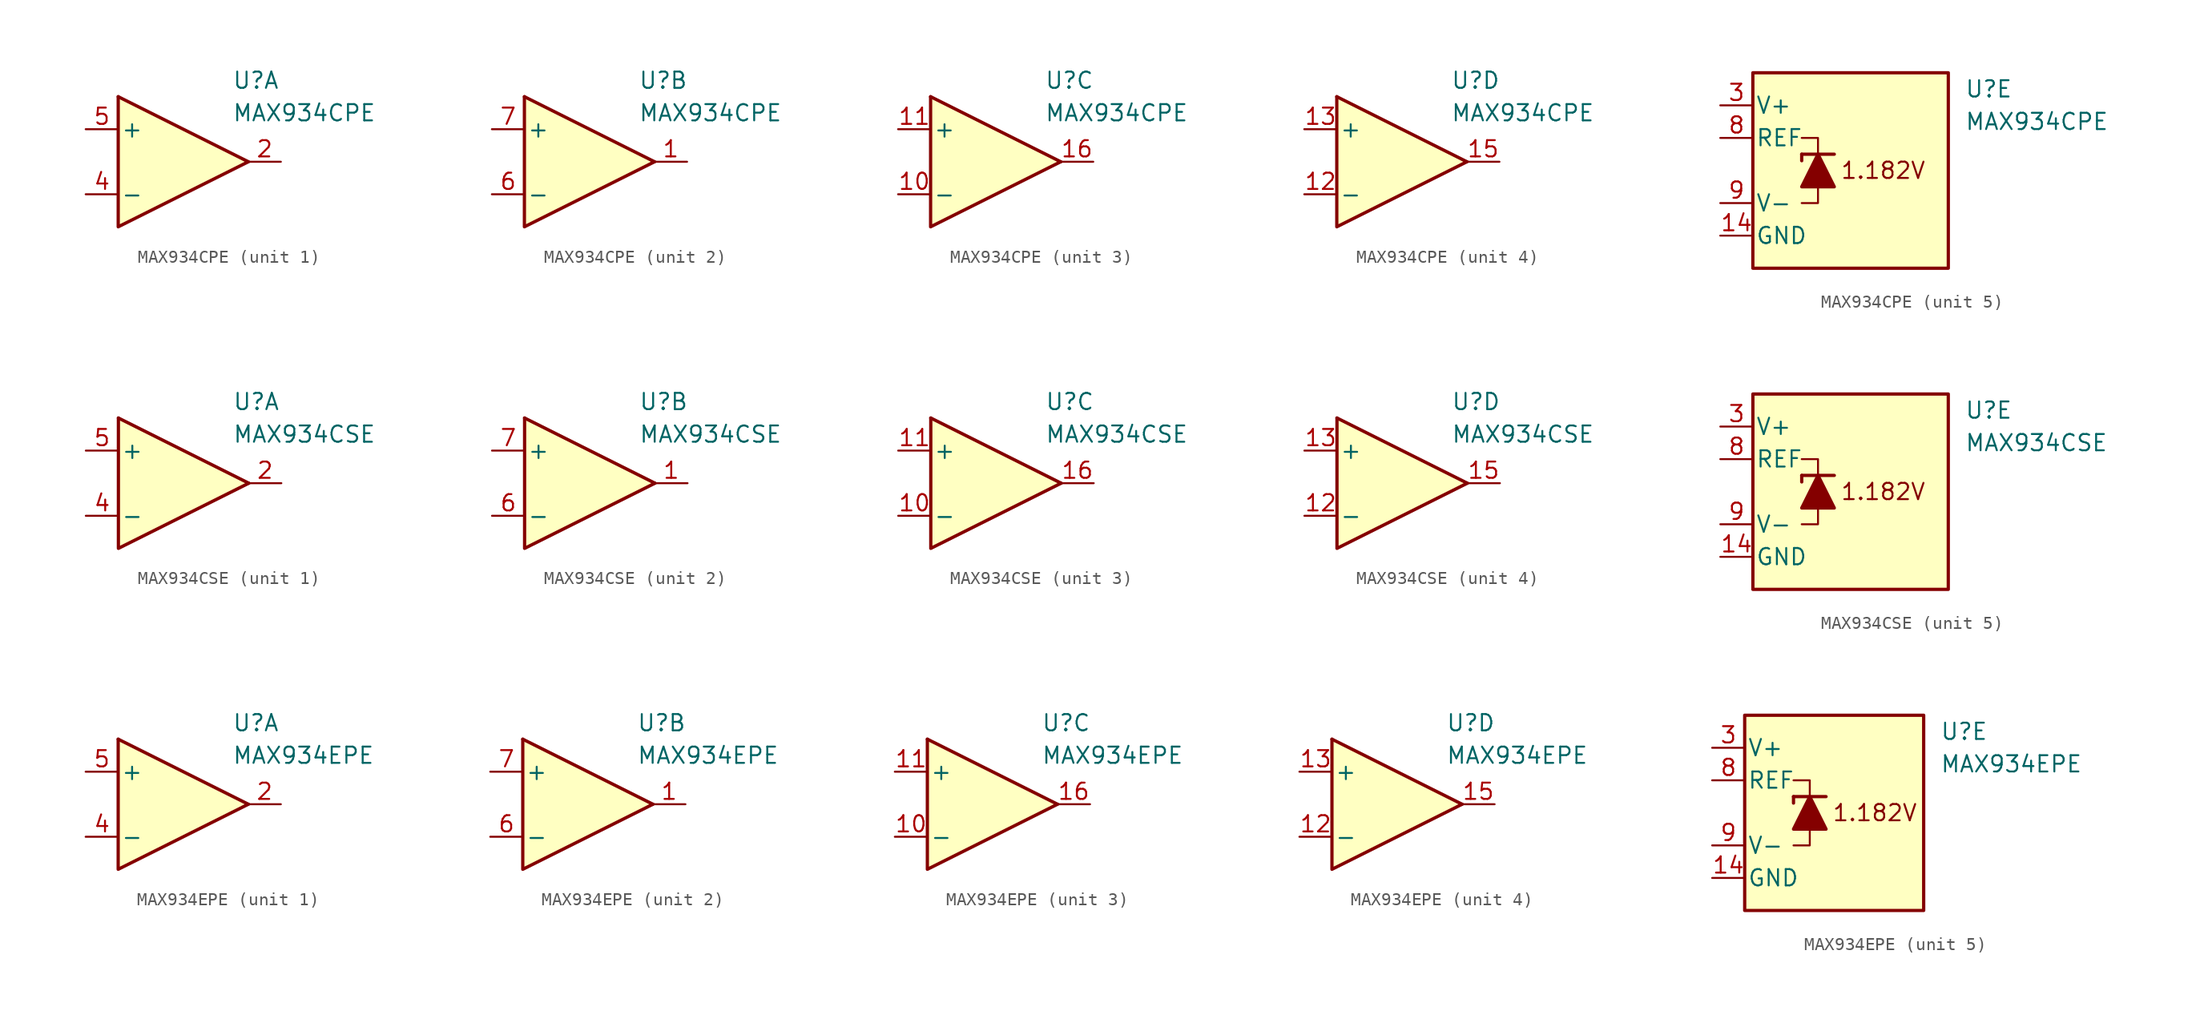
<source format=kicad_sym>
(kicad_symbol_lib
  (version 20231120)
  (generator "kicad_symbol_editor")
  (generator_version "8.0")
  (symbol "MAX934CPE"
    (pin_names
      (offset 0.2))
    (property "Reference" "U"
      (at 5.08 6.35 0)
      (effects (font (size 1.27 1.27)) (justify left)))
    (property "Value" "MAX934CPE"
      (at 5.08 3.81 0)
      (effects (font (size 1.27 1.27)) (justify left)))
    (property "ki_locked" ""
      (at 0 0 0)
      (effects (font (size 1.27 1.27))))
    (symbol "MAX934CPE_1_1"
      (polyline (pts (xy -3.81 5.08) (xy 6.35 0)) (stroke (width 0.254) (type default)) (fill (type none)))
      (polyline (pts (xy -3.81 5.08) (xy -3.81 -5.08) (xy 6.35 0)) (stroke (width 0.254) (type default)) (fill (type background)))
      (pin output line (at 8.89 0 180) (length 2.54) (name "~" (effects (font (size 1.27 1.27)))) (number "2" (effects (font (size 1.27 1.27)))))
      (pin input line (at -6.35 -2.54 0) (length 2.54) (name "-" (effects (font (size 1.27 1.27)))) (number "4" (effects (font (size 1.27 1.27)))))
      (pin input line (at -6.35 2.54 0) (length 2.54) (name "+" (effects (font (size 1.27 1.27)))) (number "5" (effects (font (size 1.27 1.27))))))
    (symbol "MAX934CPE_2_1"
      (polyline (pts (xy -3.81 5.08) (xy 6.35 0)) (stroke (width 0.254) (type default)) (fill (type none)))
      (polyline (pts (xy -3.81 5.08) (xy -3.81 -5.08) (xy 6.35 0)) (stroke (width 0.254) (type default)) (fill (type background)))
      (pin output line (at 8.89 0 180) (length 2.54) (name "~" (effects (font (size 1.27 1.27)))) (number "1" (effects (font (size 1.27 1.27)))))
      (pin input line (at -6.35 -2.54 0) (length 2.54) (name "-" (effects (font (size 1.27 1.27)))) (number "6" (effects (font (size 1.27 1.27)))))
      (pin input line (at -6.35 2.54 0) (length 2.54) (name "+" (effects (font (size 1.27 1.27)))) (number "7" (effects (font (size 1.27 1.27))))))
    (symbol "MAX934CPE_3_1"
      (polyline (pts (xy -3.81 5.08) (xy 6.35 0)) (stroke (width 0.254) (type default)) (fill (type none)))
      (polyline (pts (xy -3.81 5.08) (xy -3.81 -5.08) (xy 6.35 0)) (stroke (width 0.254) (type default)) (fill (type background)))
      (pin input line (at -6.35 -2.54 0) (length 2.54) (name "-" (effects (font (size 1.27 1.27)))) (number "10" (effects (font (size 1.27 1.27)))))
      (pin input line (at -6.35 2.54 0) (length 2.54) (name "+" (effects (font (size 1.27 1.27)))) (number "11" (effects (font (size 1.27 1.27)))))
      (pin output line (at 8.89 0 180) (length 2.54) (name "~" (effects (font (size 1.27 1.27)))) (number "16" (effects (font (size 1.27 1.27))))))
    (symbol "MAX934CPE_4_1"
      (polyline (pts (xy -3.81 5.08) (xy 6.35 0)) (stroke (width 0.254) (type default)) (fill (type none)))
      (polyline (pts (xy -3.81 5.08) (xy -3.81 -5.08) (xy 6.35 0)) (stroke (width 0.254) (type default)) (fill (type background)))
      (pin input line (at -6.35 -2.54 0) (length 2.54) (name "-" (effects (font (size 1.27 1.27)))) (number "12" (effects (font (size 1.27 1.27)))))
      (pin input line (at -6.35 2.54 0) (length 2.54) (name "+" (effects (font (size 1.27 1.27)))) (number "13" (effects (font (size 1.27 1.27)))))
      (pin output line (at 8.89 0 180) (length 2.54) (name "~" (effects (font (size 1.27 1.27)))) (number "15" (effects (font (size 1.27 1.27))))))
    (symbol "MAX934CPE_5_0"
      (text "1.182V" (at -1.27 0 0) (effects (font (size 1.27 1.27)))))
    (symbol "MAX934CPE_5_1"
      (rectangle (start -11.43 7.62) (end 3.81 -7.62) (stroke (width 0.254) (type default)) (fill (type background)))
      (polyline (pts (xy -7.62 1.27) (xy -7.62 0.762)) (stroke (width 0.254) (type default)) (fill (type none)))
      (polyline (pts (xy -7.62 1.27) (xy -5.08 1.27)) (stroke (width 0.254) (type default)) (fill (type none)))
      (polyline (pts (xy -6.35 -1.27) (xy -6.35 -2.54) (xy -7.62 -2.54)) (stroke (width 0) (type default)) (fill (type none)))
      (polyline (pts (xy -6.35 1.27) (xy -6.35 2.54) (xy -7.62 2.54)) (stroke (width 0) (type default)) (fill (type none)))
      (polyline (pts (xy -5.08 -1.27) (xy -7.62 -1.27) (xy -6.35 1.27) (xy -5.08 -1.27)) (stroke (width 0.254) (type default)) (fill (type outline)))
      (pin power_in line (at -13.97 -5.08 0) (length 2.54) (name "GND" (effects (font (size 1.27 1.27)))) (number "14" (effects (font (size 1.27 1.27)))))
      (pin power_in line (at -13.97 5.08 0) (length 2.54) (name "V+" (effects (font (size 1.27 1.27)))) (number "3" (effects (font (size 1.27 1.27)))))
      (pin output line (at -13.97 2.54 0) (length 2.54) (name "REF" (effects (font (size 1.27 1.27)))) (number "8" (effects (font (size 1.27 1.27)))))
      (pin power_in line (at -13.97 -2.54 0) (length 2.54) (name "V-" (effects (font (size 1.27 1.27)))) (number "9" (effects (font (size 1.27 1.27)))))))
  (symbol "MAX934CSE"
    (pin_names
      (offset 0.2))
    (property "Reference" "U"
      (at 5.08 6.35 0)
      (effects (font (size 1.27 1.27)) (justify left)))
    (property "Value" "MAX934CSE"
      (at 5.08 3.81 0)
      (effects (font (size 1.27 1.27)) (justify left)))
    (property "ki_locked" ""
      (at 0 0 0)
      (effects (font (size 1.27 1.27))))
    (symbol "MAX934CSE_1_1"
      (polyline (pts (xy -3.81 5.08) (xy 6.35 0)) (stroke (width 0.254) (type default)) (fill (type none)))
      (polyline (pts (xy -3.81 5.08) (xy -3.81 -5.08) (xy 6.35 0)) (stroke (width 0.254) (type default)) (fill (type background)))
      (pin output line (at 8.89 0 180) (length 2.54) (name "~" (effects (font (size 1.27 1.27)))) (number "2" (effects (font (size 1.27 1.27)))))
      (pin input line (at -6.35 -2.54 0) (length 2.54) (name "-" (effects (font (size 1.27 1.27)))) (number "4" (effects (font (size 1.27 1.27)))))
      (pin input line (at -6.35 2.54 0) (length 2.54) (name "+" (effects (font (size 1.27 1.27)))) (number "5" (effects (font (size 1.27 1.27))))))
    (symbol "MAX934CSE_2_1"
      (polyline (pts (xy -3.81 5.08) (xy 6.35 0)) (stroke (width 0.254) (type default)) (fill (type none)))
      (polyline (pts (xy -3.81 5.08) (xy -3.81 -5.08) (xy 6.35 0)) (stroke (width 0.254) (type default)) (fill (type background)))
      (pin output line (at 8.89 0 180) (length 2.54) (name "~" (effects (font (size 1.27 1.27)))) (number "1" (effects (font (size 1.27 1.27)))))
      (pin input line (at -6.35 -2.54 0) (length 2.54) (name "-" (effects (font (size 1.27 1.27)))) (number "6" (effects (font (size 1.27 1.27)))))
      (pin input line (at -6.35 2.54 0) (length 2.54) (name "+" (effects (font (size 1.27 1.27)))) (number "7" (effects (font (size 1.27 1.27))))))
    (symbol "MAX934CSE_3_1"
      (polyline (pts (xy -3.81 5.08) (xy 6.35 0)) (stroke (width 0.254) (type default)) (fill (type none)))
      (polyline (pts (xy -3.81 5.08) (xy -3.81 -5.08) (xy 6.35 0)) (stroke (width 0.254) (type default)) (fill (type background)))
      (pin input line (at -6.35 -2.54 0) (length 2.54) (name "-" (effects (font (size 1.27 1.27)))) (number "10" (effects (font (size 1.27 1.27)))))
      (pin input line (at -6.35 2.54 0) (length 2.54) (name "+" (effects (font (size 1.27 1.27)))) (number "11" (effects (font (size 1.27 1.27)))))
      (pin output line (at 8.89 0 180) (length 2.54) (name "~" (effects (font (size 1.27 1.27)))) (number "16" (effects (font (size 1.27 1.27))))))
    (symbol "MAX934CSE_4_1"
      (polyline (pts (xy -3.81 5.08) (xy 6.35 0)) (stroke (width 0.254) (type default)) (fill (type none)))
      (polyline (pts (xy -3.81 5.08) (xy -3.81 -5.08) (xy 6.35 0)) (stroke (width 0.254) (type default)) (fill (type background)))
      (pin input line (at -6.35 -2.54 0) (length 2.54) (name "-" (effects (font (size 1.27 1.27)))) (number "12" (effects (font (size 1.27 1.27)))))
      (pin input line (at -6.35 2.54 0) (length 2.54) (name "+" (effects (font (size 1.27 1.27)))) (number "13" (effects (font (size 1.27 1.27)))))
      (pin output line (at 8.89 0 180) (length 2.54) (name "~" (effects (font (size 1.27 1.27)))) (number "15" (effects (font (size 1.27 1.27))))))
    (symbol "MAX934CSE_5_0"
      (text "1.182V" (at -1.27 0 0) (effects (font (size 1.27 1.27)))))
    (symbol "MAX934CSE_5_1"
      (rectangle (start -11.43 7.62) (end 3.81 -7.62) (stroke (width 0.254) (type default)) (fill (type background)))
      (polyline (pts (xy -7.62 1.27) (xy -7.62 0.762)) (stroke (width 0.254) (type default)) (fill (type none)))
      (polyline (pts (xy -7.62 1.27) (xy -5.08 1.27)) (stroke (width 0.254) (type default)) (fill (type none)))
      (polyline (pts (xy -6.35 -1.27) (xy -6.35 -2.54) (xy -7.62 -2.54)) (stroke (width 0) (type default)) (fill (type none)))
      (polyline (pts (xy -6.35 1.27) (xy -6.35 2.54) (xy -7.62 2.54)) (stroke (width 0) (type default)) (fill (type none)))
      (polyline (pts (xy -5.08 -1.27) (xy -7.62 -1.27) (xy -6.35 1.27) (xy -5.08 -1.27)) (stroke (width 0.254) (type default)) (fill (type outline)))
      (pin power_in line (at -13.97 -5.08 0) (length 2.54) (name "GND" (effects (font (size 1.27 1.27)))) (number "14" (effects (font (size 1.27 1.27)))))
      (pin power_in line (at -13.97 5.08 0) (length 2.54) (name "V+" (effects (font (size 1.27 1.27)))) (number "3" (effects (font (size 1.27 1.27)))))
      (pin output line (at -13.97 2.54 0) (length 2.54) (name "REF" (effects (font (size 1.27 1.27)))) (number "8" (effects (font (size 1.27 1.27)))))
      (pin power_in line (at -13.97 -2.54 0) (length 2.54) (name "V-" (effects (font (size 1.27 1.27)))) (number "9" (effects (font (size 1.27 1.27)))))))
  (symbol "MAX934EPE"
    (pin_names
      (offset 0.2))
    (property "Reference" "U"
      (at 5.08 6.35 0)
      (effects (font (size 1.27 1.27)) (justify left)))
    (property "Value" "MAX934EPE"
      (at 5.08 3.81 0)
      (effects (font (size 1.27 1.27)) (justify left)))
    (property "ki_locked" ""
      (at 0 0 0)
      (effects (font (size 1.27 1.27))))
    (symbol "MAX934EPE_1_1"
      (polyline (pts (xy -3.81 5.08) (xy 6.35 0)) (stroke (width 0.254) (type default)) (fill (type none)))
      (polyline (pts (xy -3.81 5.08) (xy -3.81 -5.08) (xy 6.35 0)) (stroke (width 0.254) (type default)) (fill (type background)))
      (pin output line (at 8.89 0 180) (length 2.54) (name "~" (effects (font (size 1.27 1.27)))) (number "2" (effects (font (size 1.27 1.27)))))
      (pin input line (at -6.35 -2.54 0) (length 2.54) (name "-" (effects (font (size 1.27 1.27)))) (number "4" (effects (font (size 1.27 1.27)))))
      (pin input line (at -6.35 2.54 0) (length 2.54) (name "+" (effects (font (size 1.27 1.27)))) (number "5" (effects (font (size 1.27 1.27))))))
    (symbol "MAX934EPE_2_1"
      (polyline (pts (xy -3.81 5.08) (xy 6.35 0)) (stroke (width 0.254) (type default)) (fill (type none)))
      (polyline (pts (xy -3.81 5.08) (xy -3.81 -5.08) (xy 6.35 0)) (stroke (width 0.254) (type default)) (fill (type background)))
      (pin output line (at 8.89 0 180) (length 2.54) (name "~" (effects (font (size 1.27 1.27)))) (number "1" (effects (font (size 1.27 1.27)))))
      (pin input line (at -6.35 -2.54 0) (length 2.54) (name "-" (effects (font (size 1.27 1.27)))) (number "6" (effects (font (size 1.27 1.27)))))
      (pin input line (at -6.35 2.54 0) (length 2.54) (name "+" (effects (font (size 1.27 1.27)))) (number "7" (effects (font (size 1.27 1.27))))))
    (symbol "MAX934EPE_3_1"
      (polyline (pts (xy -3.81 5.08) (xy 6.35 0)) (stroke (width 0.254) (type default)) (fill (type none)))
      (polyline (pts (xy -3.81 5.08) (xy -3.81 -5.08) (xy 6.35 0)) (stroke (width 0.254) (type default)) (fill (type background)))
      (pin input line (at -6.35 -2.54 0) (length 2.54) (name "-" (effects (font (size 1.27 1.27)))) (number "10" (effects (font (size 1.27 1.27)))))
      (pin input line (at -6.35 2.54 0) (length 2.54) (name "+" (effects (font (size 1.27 1.27)))) (number "11" (effects (font (size 1.27 1.27)))))
      (pin output line (at 8.89 0 180) (length 2.54) (name "~" (effects (font (size 1.27 1.27)))) (number "16" (effects (font (size 1.27 1.27))))))
    (symbol "MAX934EPE_4_1"
      (polyline (pts (xy -3.81 5.08) (xy 6.35 0)) (stroke (width 0.254) (type default)) (fill (type none)))
      (polyline (pts (xy -3.81 5.08) (xy -3.81 -5.08) (xy 6.35 0)) (stroke (width 0.254) (type default)) (fill (type background)))
      (pin input line (at -6.35 -2.54 0) (length 2.54) (name "-" (effects (font (size 1.27 1.27)))) (number "12" (effects (font (size 1.27 1.27)))))
      (pin input line (at -6.35 2.54 0) (length 2.54) (name "+" (effects (font (size 1.27 1.27)))) (number "13" (effects (font (size 1.27 1.27)))))
      (pin output line (at 8.89 0 180) (length 2.54) (name "~" (effects (font (size 1.27 1.27)))) (number "15" (effects (font (size 1.27 1.27))))))
    (symbol "MAX934EPE_5_0"
      (text "1.182V" (at 0 0 0) (effects (font (size 1.27 1.27)))))
    (symbol "MAX934EPE_5_1"
      (rectangle (start -10.16 7.62) (end 3.81 -7.62) (stroke (width 0.254) (type default)) (fill (type background)))
      (polyline (pts (xy -6.35 1.27) (xy -6.35 0.762)) (stroke (width 0.254) (type default)) (fill (type none)))
      (polyline (pts (xy -6.35 1.27) (xy -3.81 1.27)) (stroke (width 0.254) (type default)) (fill (type none)))
      (polyline (pts (xy -5.08 -1.27) (xy -5.08 -2.54) (xy -6.35 -2.54)) (stroke (width 0) (type default)) (fill (type none)))
      (polyline (pts (xy -5.08 1.27) (xy -5.08 2.54) (xy -6.35 2.54)) (stroke (width 0) (type default)) (fill (type none)))
      (polyline (pts (xy -3.81 -1.27) (xy -6.35 -1.27) (xy -5.08 1.27) (xy -3.81 -1.27)) (stroke (width 0.254) (type default)) (fill (type outline)))
      (pin power_in line (at -12.7 -5.08 0) (length 2.54) (name "GND" (effects (font (size 1.27 1.27)))) (number "14" (effects (font (size 1.27 1.27)))))
      (pin power_in line (at -12.7 5.08 0) (length 2.54) (name "V+" (effects (font (size 1.27 1.27)))) (number "3" (effects (font (size 1.27 1.27)))))
      (pin output line (at -12.7 2.54 0) (length 2.54) (name "REF" (effects (font (size 1.27 1.27)))) (number "8" (effects (font (size 1.27 1.27)))))
      (pin power_in line (at -12.7 -2.54 0) (length 2.54) (name "V-" (effects (font (size 1.27 1.27)))) (number "9" (effects (font (size 1.27 1.27))))))))
</source>
